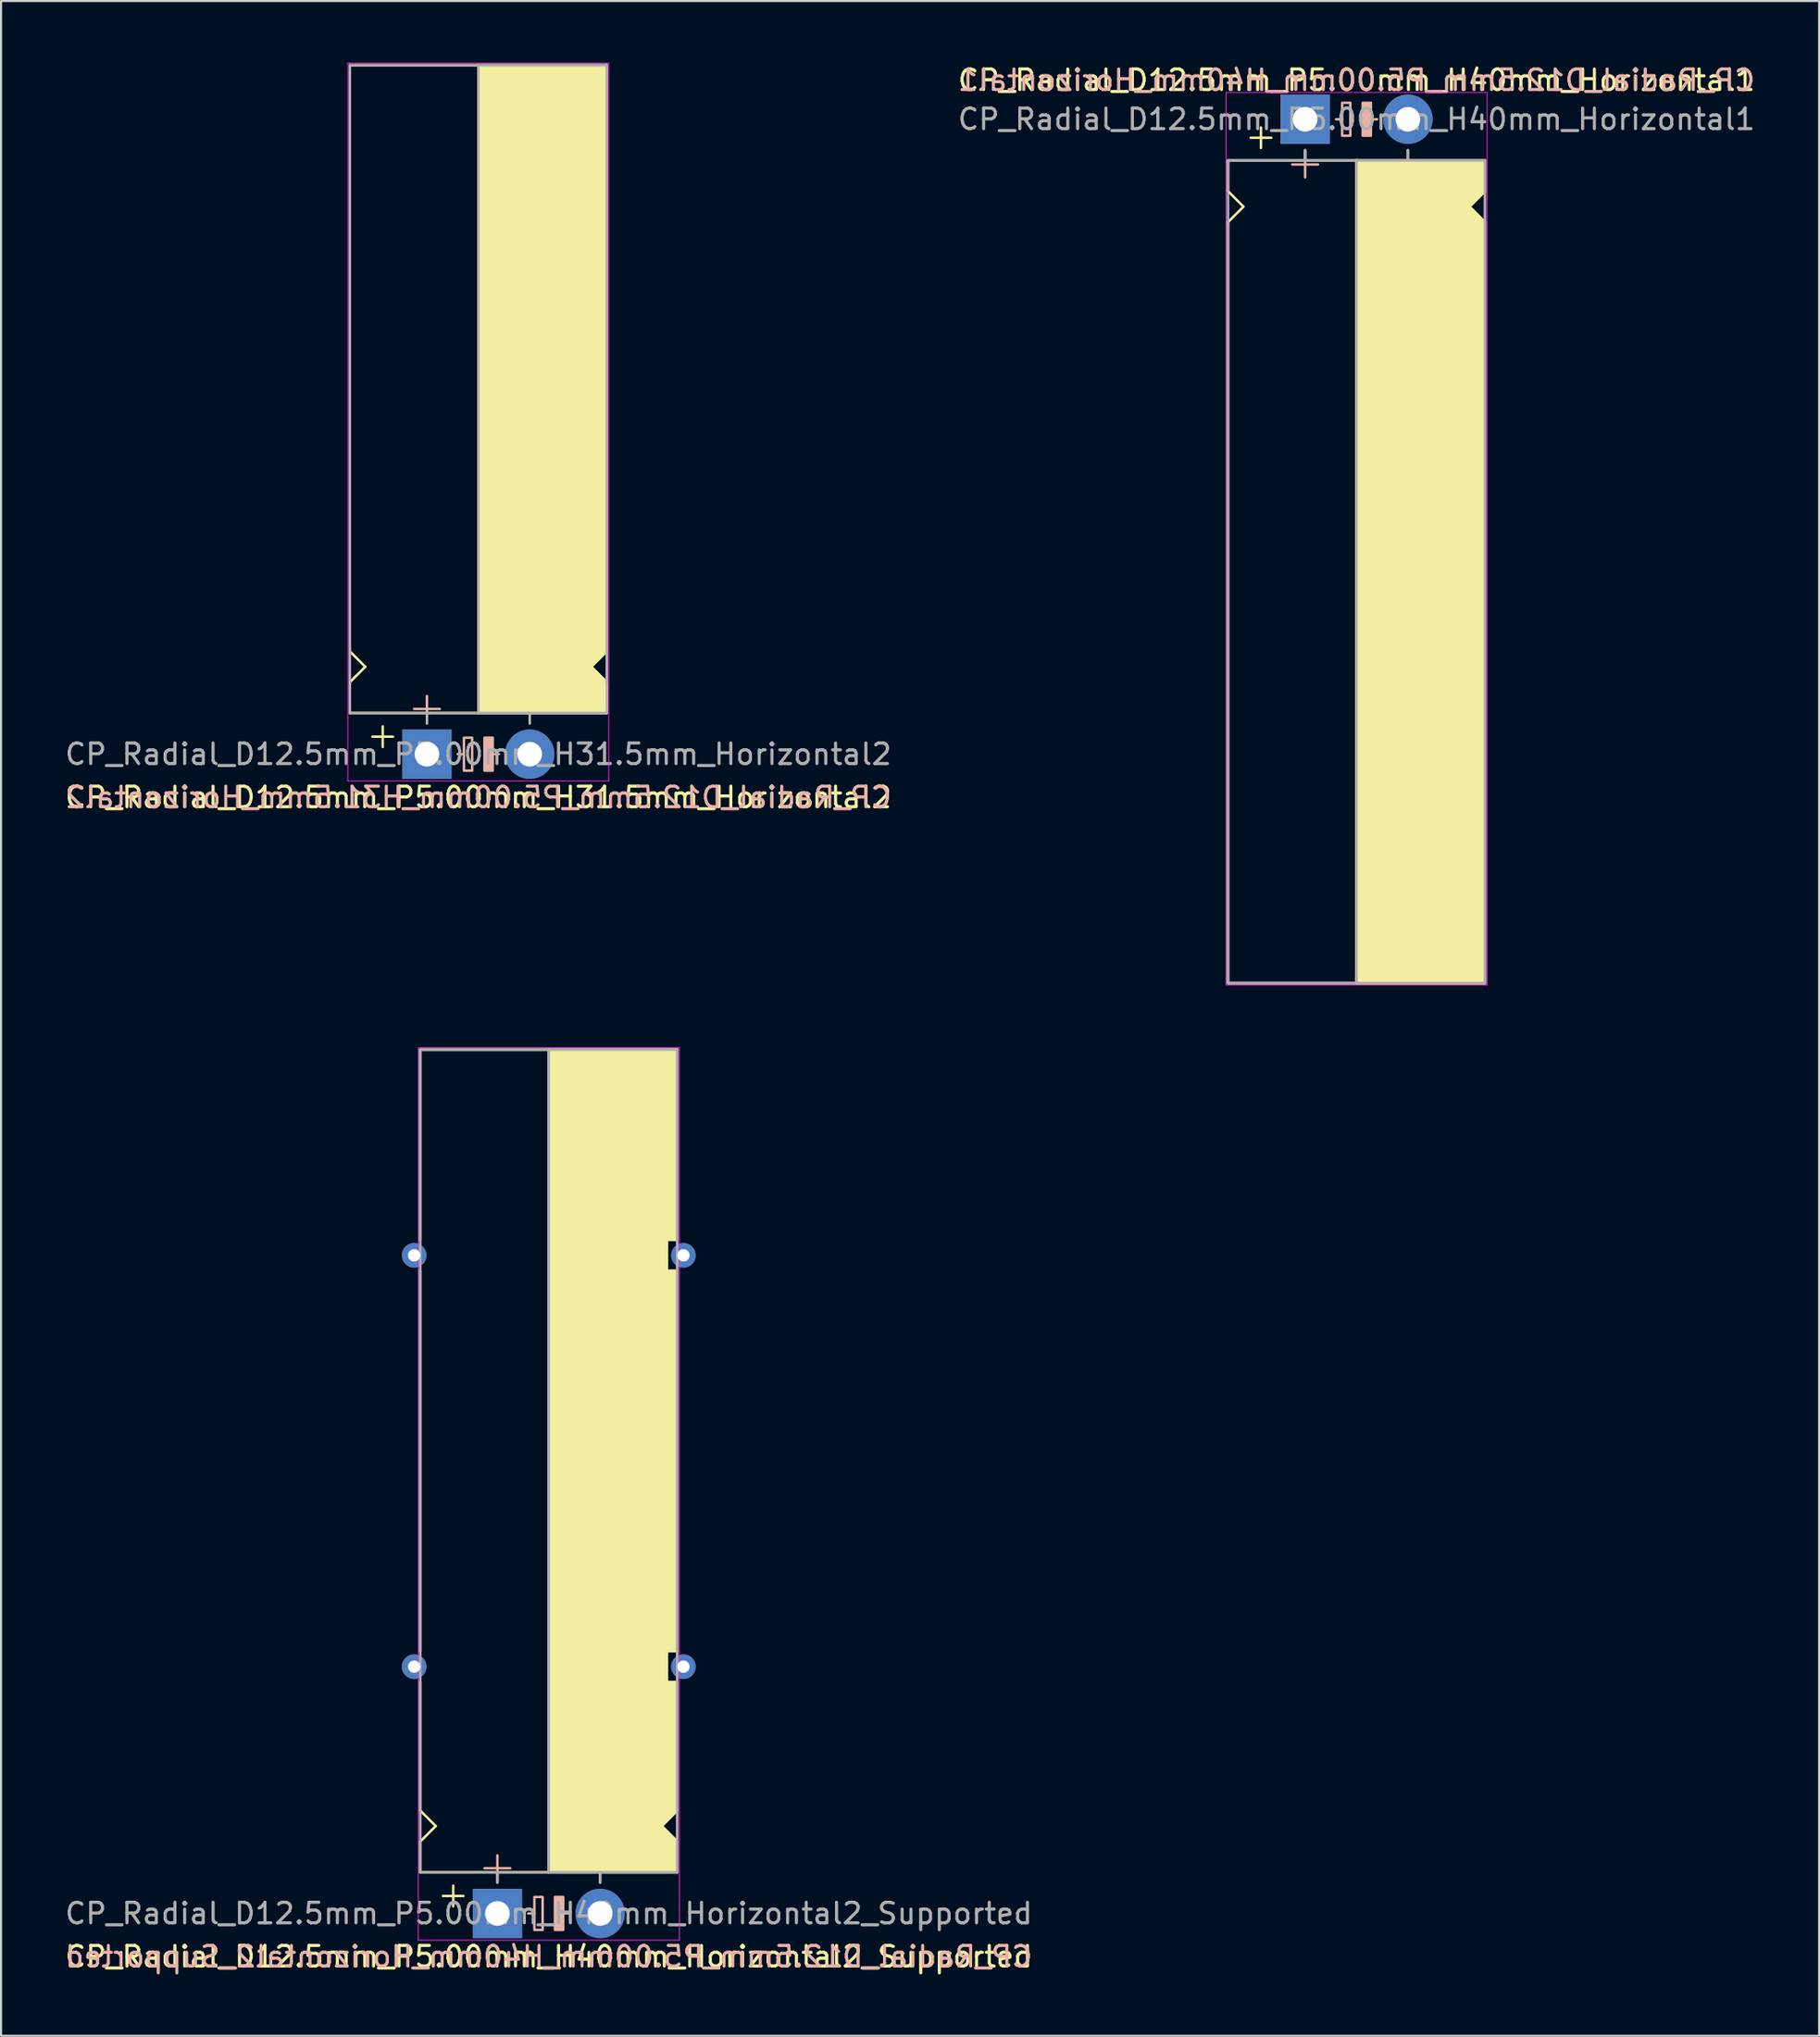
<source format=kicad_pcb>
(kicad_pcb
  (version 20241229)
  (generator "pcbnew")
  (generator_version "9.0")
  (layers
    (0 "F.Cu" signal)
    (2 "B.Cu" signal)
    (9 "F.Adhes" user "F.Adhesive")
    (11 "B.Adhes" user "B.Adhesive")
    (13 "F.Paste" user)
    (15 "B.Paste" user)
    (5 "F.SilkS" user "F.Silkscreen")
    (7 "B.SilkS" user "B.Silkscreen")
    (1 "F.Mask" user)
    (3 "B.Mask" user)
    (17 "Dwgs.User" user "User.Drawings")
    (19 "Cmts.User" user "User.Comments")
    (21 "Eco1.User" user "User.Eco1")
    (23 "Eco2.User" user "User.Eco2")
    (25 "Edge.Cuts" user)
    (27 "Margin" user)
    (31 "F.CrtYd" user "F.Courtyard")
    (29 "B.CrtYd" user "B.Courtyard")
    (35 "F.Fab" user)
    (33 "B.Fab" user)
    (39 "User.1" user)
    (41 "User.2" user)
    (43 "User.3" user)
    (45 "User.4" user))
  (footprint "CP_Radial_D12.5mm_P5.00mm_H40mm_Horizontal2_Supported"
    (layer "F.Cu")
    (at 21.149 89.988)
    (property "Reference" "CP_Radial_D12.5mm_P5.00mm_H40mm_Horizontal2_Supported" (at 2.5 2.1 180) (layer "F.SilkS") (effects (font (size 1 1) (thickness 0.15))))
    (fp_line (start -3.75 -42) (end -3.75 -32.75) (stroke (width 0.12) (type solid)) (layer "F.SilkS"))
    (fp_line (start -3.75 -12.75) (end -3.75 -31.25) (stroke (width 0.12) (type solid)) (layer "F.SilkS"))
    (fp_line (start -3.75 -5) (end -3.75 -11.25) (stroke (width 0.12) (type solid)) (layer "F.SilkS"))
    (fp_line (start -3.75 -3.5) (end -3 -4.25) (stroke (width 0.12) (type solid)) (layer "F.SilkS"))
    (fp_line (start -3.75 -2) (end -3.75 -3.5) (stroke (width 0.12) (type solid)) (layer "F.SilkS"))
    (fp_line (start -3 -4.25) (end -3.75 -5) (stroke (width 0.12) (type solid)) (layer "F.SilkS"))
    (fp_line (start -2.15 -1.35) (end -2.15 -0.35) (stroke (width 0.12) (type solid)) (layer "F.SilkS"))
    (fp_line (start -1.65 -0.85) (end -2.65 -0.85) (stroke (width 0.12) (type solid)) (layer "F.SilkS"))
    (fp_line (start 0 -1.5) (end 0 -2) (stroke (width 0.12) (type solid)) (layer "F.SilkS"))
    (fp_line (start 2.5 -2) (end -3.75 -2) (stroke (width 0.12) (type solid)) (layer "F.SilkS"))
    (fp_line (start 2.5 -2) (end 2.5 -42) (stroke (width 0.12) (type solid)) (layer "F.SilkS"))
    (fp_line (start 2.5 -2) (end 8.75 -2) (stroke (width 0.12) (type solid)) (layer "F.SilkS"))
    (fp_line (start 5 -1.5) (end 5 -2) (stroke (width 0.12) (type solid)) (layer "F.SilkS"))
    (fp_line (start 8 -4.25) (end 8.75 -5) (stroke (width 0.12) (type solid)) (layer "F.SilkS"))
    (fp_line (start 8.25 -32.75) (end 8.25 -31.25) (stroke (width 0.12) (type solid)) (layer "F.SilkS"))
    (fp_line (start 8.25 -31.25) (end 8.75 -31.25) (stroke (width 0.12) (type solid)) (layer "F.SilkS"))
    (fp_line (start 8.25 -12.75) (end 8.25 -11.25) (stroke (width 0.12) (type solid)) (layer "F.SilkS"))
    (fp_line (start 8.25 -11.25) (end 8.75 -11.25) (stroke (width 0.12) (type solid)) (layer "F.SilkS"))
    (fp_line (start 8.75 -42) (end -3.75 -42) (stroke (width 0.12) (type solid)) (layer "F.SilkS"))
    (fp_line (start 8.75 -42) (end 8.75 -32.75) (stroke (width 0.12) (type solid)) (layer "F.SilkS"))
    (fp_line (start 8.75 -32.75) (end 8.25 -32.75) (stroke (width 0.12) (type solid)) (layer "F.SilkS"))
    (fp_line (start 8.75 -12.75) (end 8.25 -12.75) (stroke (width 0.12) (type solid)) (layer "F.SilkS"))
    (fp_line (start 8.75 -12.75) (end 8.75 -31.25) (stroke (width 0.12) (type solid)) (layer "F.SilkS"))
    (fp_line (start 8.75 -5) (end 8.75 -11.25) (stroke (width 0.12) (type solid)) (layer "F.SilkS"))
    (fp_line (start 8.75 -3.5) (end 8 -4.25) (stroke (width 0.12) (type solid)) (layer "F.SilkS"))
    (fp_line (start 8.75 -2) (end 8.75 -3.5) (stroke (width 0.12) (type solid)) (layer "F.SilkS"))
    (fp_poly (pts (xy 8.75 -3.5) (xy 8 -4.25) (xy 8.75 -5) (xy 8.75 -11.25) (xy 8.25 -11.25) (xy 8.25 -12.75) (xy 8.75 -12.75) (xy 8.75 -31.25) (xy 8.25 -31.25) (xy 8.25 -32.75) (xy 8.75 -32.75) (xy 8.75 -42) (xy 2.5 -42) (xy 2.5 -2) (xy 8.75 -2)) (stroke (width 0.1) (type solid)) (fill yes) (layer "F.SilkS"))
    (fp_line (start 0 -2.825) (end 0 -1.575) (stroke (width 0.12) (type solid)) (layer "B.SilkS"))
    (fp_line (start 0.625 -2.2) (end -0.625 -2.2) (stroke (width 0.12) (type solid)) (layer "B.SilkS"))
    (fp_line (start 1.8 0) (end 1.5 0) (stroke (width 0.12) (type solid)) (layer "B.SilkS"))
    (fp_line (start 3.5 0) (end 3.2 0) (stroke (width 0.12) (type solid)) (layer "B.SilkS"))
    (fp_rect (start 2.2 -0.8) (end 1.8 0.8) (stroke (width 0.12) (type solid)) (fill no) (layer "B.SilkS"))
    (fp_rect (start 3.2 -0.8) (end 2.8 0.8) (stroke (width 0.12) (type solid)) (fill yes) (layer "B.SilkS"))
    (fp_line (start -3.85 -42.1) (end -3.85 1.3) (stroke (width 0.04) (type solid)) (layer "F.CrtYd"))
    (fp_line (start 8.85 -42.1) (end -3.85 -42.1) (stroke (width 0.04) (type solid)) (layer "F.CrtYd"))
    (fp_line (start 8.85 1.3) (end -3.85 1.3) (stroke (width 0.04) (type solid)) (layer "F.CrtYd"))
    (fp_line (start 8.85 1.3) (end 8.85 -42.1) (stroke (width 0.04) (type solid)) (layer "F.CrtYd"))
    (fp_line (start -3.75 -42) (end 8.75 -42) (stroke (width 0.12) (type solid)) (layer "F.Fab"))
    (fp_line (start -3.75 -2) (end -3.75 -42) (stroke (width 0.12) (type solid)) (layer "F.Fab"))
    (fp_line (start 0 -2) (end -3.75 -2) (stroke (width 0.12) (type solid)) (layer "F.Fab"))
    (fp_line (start 0 -1.5) (end 0 -2) (stroke (width 0.12) (type solid)) (layer "F.Fab"))
    (fp_line (start 2.5 -2) (end 2.5 -42) (stroke (width 0.12) (type solid)) (layer "F.Fab"))
    (fp_line (start 5 -2) (end 5 -1.5) (stroke (width 0.12) (type solid)) (layer "F.Fab"))
    (fp_line (start 8.75 -42) (end 8.75 -2) (stroke (width 0.12) (type solid)) (layer "F.Fab"))
    (fp_line (start 8.75 -2) (end 0 -2) (stroke (width 0.12) (type solid)) (layer "F.Fab"))
    (fp_poly (pts (xy 8.75 -42) (xy 2.5 -42) (xy 2.5 -2) (xy 8.75 -2)) (stroke (width 0.1) (type solid)) (fill no) (layer "F.Fab"))
    (fp_text user "${REFERENCE}" (at 2.5 2.1 0) (layer "B.SilkS") (effects (font (size 1 1) (thickness 0.15)) (justify mirror)))
    (fp_text user "${REFERENCE}" (at 2.5 0 0) (layer "F.Fab") (effects (font (size 1 1) (thickness 0.15))))
    (pad "1" thru_hole rect (at 0 0) (size 2.4 2.4) (drill 1.2) (layers "*.Cu" "*.Mask"))
    (pad "2" thru_hole circle (at 5 0) (size 2.4 2.4) (drill 1.2) (layers "*.Cu" "*.Mask"))
    (pad "~" thru_hole circle (at -4.05 -32 180) (size 1.2 1.2) (drill 0.6) (layers "*.Cu" "*.Mask"))
    (pad "~" thru_hole circle (at -4.05 -12 180) (size 1.2 1.2) (drill 0.6) (layers "*.Cu" "*.Mask"))
    (pad "~" thru_hole circle (at 9.05 -32 180) (size 1.2 1.2) (drill 0.6) (layers "*.Cu" "*.Mask"))
    (pad "~" thru_hole circle (at 9.05 -12 180) (size 1.2 1.2) (drill 0.6) (layers "*.Cu" "*.Mask")))
  (footprint "CP_Radial_D12.5mm_P5.00mm_H40mm_Horizontal1"
    (layer "F.Cu")
    (at 60.446 2.748)
    (property "Reference" "CP_Radial_D12.5mm_P5.00mm_H40mm_Horizontal1" (at 2.5 -1.9 180) (layer "F.SilkS") (effects (font (size 1 1) (thickness 0.15))))
    (fp_line (start -3.75 2) (end -3.75 3.5) (stroke (width 0.12) (type solid)) (layer "F.SilkS"))
    (fp_line (start -3.75 3.5) (end -3 4.25) (stroke (width 0.12) (type solid)) (layer "F.SilkS"))
    (fp_line (start -3.75 5) (end -3.75 42) (stroke (width 0.12) (type solid)) (layer "F.SilkS"))
    (fp_line (start -3 4.25) (end -3.75 5) (stroke (width 0.12) (type solid)) (layer "F.SilkS"))
    (fp_line (start -2.15 0.4) (end -2.15 1.4) (stroke (width 0.12) (type solid)) (layer "F.SilkS"))
    (fp_line (start -1.65 0.9) (end -2.65 0.9) (stroke (width 0.12) (type solid)) (layer "F.SilkS"))
    (fp_line (start 0 1.5) (end 0 2) (stroke (width 0.12) (type solid)) (layer "F.SilkS"))
    (fp_line (start 2.5 2) (end -3.75 2) (stroke (width 0.12) (type solid)) (layer "F.SilkS"))
    (fp_line (start 2.5 2) (end 2.5 42) (stroke (width 0.12) (type solid)) (layer "F.SilkS"))
    (fp_line (start 2.5 2) (end 8.75 2) (stroke (width 0.12) (type solid)) (layer "F.SilkS"))
    (fp_line (start 5 1.5) (end 5 2) (stroke (width 0.12) (type solid)) (layer "F.SilkS"))
    (fp_line (start 8 4.25) (end 8.75 5) (stroke (width 0.12) (type solid)) (layer "F.SilkS"))
    (fp_line (start 8.75 2) (end 8.75 3.5) (stroke (width 0.12) (type solid)) (layer "F.SilkS"))
    (fp_line (start 8.75 3.5) (end 8 4.25) (stroke (width 0.12) (type solid)) (layer "F.SilkS"))
    (fp_line (start 8.75 5) (end 8.75 42) (stroke (width 0.12) (type solid)) (layer "F.SilkS"))
    (fp_line (start 8.75 42) (end -3.75 42) (stroke (width 0.12) (type solid)) (layer "F.SilkS"))
    (fp_poly (pts (xy 8.75 3.5) (xy 8 4.25) (xy 8.75 5) (xy 8.75 42) (xy 2.5 42) (xy 2.5 2) (xy 8.75 2)) (stroke (width 0.1) (type solid)) (fill yes) (layer "F.SilkS"))
    (fp_line (start 0 1.575) (end 0 2.825) (stroke (width 0.12) (type solid)) (layer "B.SilkS"))
    (fp_line (start 0.625 2.2) (end -0.625 2.2) (stroke (width 0.12) (type solid)) (layer "B.SilkS"))
    (fp_line (start 1.8 0) (end 1.5 0) (stroke (width 0.12) (type solid)) (layer "B.SilkS"))
    (fp_line (start 3.5 0) (end 3.2 0) (stroke (width 0.12) (type solid)) (layer "B.SilkS"))
    (fp_rect (start 2.2 -0.8) (end 1.8 0.8) (stroke (width 0.12) (type solid)) (fill no) (layer "B.SilkS"))
    (fp_rect (start 3.2 -0.8) (end 2.8 0.8) (stroke (width 0.12) (type solid)) (fill yes) (layer "B.SilkS"))
    (fp_line (start -3.85 -1.3) (end 8.85 -1.3) (stroke (width 0.04) (type solid)) (layer "F.CrtYd"))
    (fp_line (start -3.85 42.1) (end -3.85 -1.3) (stroke (width 0.04) (type solid)) (layer "F.CrtYd"))
    (fp_line (start 8.85 -1.3) (end 8.85 42.1) (stroke (width 0.04) (type solid)) (layer "F.CrtYd"))
    (fp_line (start 8.85 42.1) (end -3.85 42.1) (stroke (width 0.04) (type solid)) (layer "F.CrtYd"))
    (fp_line (start -3.75 2) (end -3.75 42) (stroke (width 0.12) (type solid)) (layer "F.Fab"))
    (fp_line (start -3.75 42) (end 8.75 42) (stroke (width 0.12) (type solid)) (layer "F.Fab"))
    (fp_line (start 0 1.5) (end 0 2) (stroke (width 0.12) (type solid)) (layer "F.Fab"))
    (fp_line (start 0 2) (end -3.75 2) (stroke (width 0.12) (type solid)) (layer "F.Fab"))
    (fp_line (start 2.5 2) (end 2.5 42) (stroke (width 0.12) (type solid)) (layer "F.Fab"))
    (fp_line (start 5 2) (end 5 1.5) (stroke (width 0.12) (type solid)) (layer "F.Fab"))
    (fp_line (start 8.75 2) (end 0 2) (stroke (width 0.12) (type solid)) (layer "F.Fab"))
    (fp_line (start 8.75 42) (end 8.75 2) (stroke (width 0.12) (type solid)) (layer "F.Fab"))
    (fp_poly (pts (xy 8.75 42) (xy 2.5 42) (xy 2.5 2) (xy 8.75 2)) (stroke (width 0.1) (type solid)) (fill no) (layer "F.Fab"))
    (fp_text user "${REFERENCE}" (at 2.5 -1.9 0) (layer "B.SilkS") (effects (font (size 1 1) (thickness 0.15)) (justify mirror)))
    (fp_text user "${REFERENCE}" (at 2.5 0 0) (layer "F.Fab") (effects (font (size 1 1) (thickness 0.15))))
    (pad "1" thru_hole rect (at 0 0) (size 2.4 2.4) (drill 1.2) (layers "*.Cu" "*.Mask"))
    (pad "2" thru_hole circle (at 5 0) (size 2.4 2.4) (drill 1.2) (layers "*.Cu" "*.Mask")))
  (footprint "CP_Radial_D12.5mm_P5.00mm_H31.5mm_Horizontal2"
    (layer "F.Cu")
    (at 17.72 33.62)
    (property "Reference" "CP_Radial_D12.5mm_P5.00mm_H31.5mm_Horizontal2" (at 2.5 2.1 180) (layer "F.SilkS") (effects (font (size 1 1) (thickness 0.15))))
    (fp_line (start -3.75 -5) (end -3.75 -33.5) (stroke (width 0.12) (type solid)) (layer "F.SilkS"))
    (fp_line (start -3.75 -3.5) (end -3 -4.25) (stroke (width 0.12) (type solid)) (layer "F.SilkS"))
    (fp_line (start -3.75 -2) (end -3.75 -3.5) (stroke (width 0.12) (type solid)) (layer "F.SilkS"))
    (fp_line (start -3 -4.25) (end -3.75 -5) (stroke (width 0.12) (type solid)) (layer "F.SilkS"))
    (fp_line (start -2.15 -1.35) (end -2.15 -0.35) (stroke (width 0.12) (type solid)) (layer "F.SilkS"))
    (fp_line (start -1.65 -0.85) (end -2.65 -0.85) (stroke (width 0.12) (type solid)) (layer "F.SilkS"))
    (fp_line (start 0 -1.5) (end 0 -2) (stroke (width 0.12) (type solid)) (layer "F.SilkS"))
    (fp_line (start 2.5 -2) (end -3.75 -2) (stroke (width 0.12) (type solid)) (layer "F.SilkS"))
    (fp_line (start 2.5 -2) (end 2.5 -33.5) (stroke (width 0.12) (type solid)) (layer "F.SilkS"))
    (fp_line (start 2.5 -2) (end 8.75 -2) (stroke (width 0.12) (type solid)) (layer "F.SilkS"))
    (fp_line (start 5 -1.5) (end 5 -2) (stroke (width 0.12) (type solid)) (layer "F.SilkS"))
    (fp_line (start 8 -4.25) (end 8.75 -5) (stroke (width 0.12) (type solid)) (layer "F.SilkS"))
    (fp_line (start 8.75 -33.5) (end -3.75 -33.5) (stroke (width 0.12) (type solid)) (layer "F.SilkS"))
    (fp_line (start 8.75 -5) (end 8.75 -33.5) (stroke (width 0.12) (type solid)) (layer "F.SilkS"))
    (fp_line (start 8.75 -3.5) (end 8 -4.25) (stroke (width 0.12) (type solid)) (layer "F.SilkS"))
    (fp_line (start 8.75 -2) (end 8.75 -3.5) (stroke (width 0.12) (type solid)) (layer "F.SilkS"))
    (fp_poly (pts (xy 8.75 -3.5) (xy 8 -4.25) (xy 8.75 -5) (xy 8.75 -33.5) (xy 2.5 -33.5) (xy 2.5 -2) (xy 8.75 -2)) (stroke (width 0.1) (type solid)) (fill yes) (layer "F.SilkS"))
    (fp_line (start 0 -2.825) (end 0 -1.575) (stroke (width 0.12) (type solid)) (layer "B.SilkS"))
    (fp_line (start 0.625 -2.2) (end -0.625 -2.2) (stroke (width 0.12) (type solid)) (layer "B.SilkS"))
    (fp_line (start 1.8 0) (end 1.5 0) (stroke (width 0.12) (type solid)) (layer "B.SilkS"))
    (fp_line (start 3.5 0) (end 3.2 0) (stroke (width 0.12) (type solid)) (layer "B.SilkS"))
    (fp_rect (start 2.2 -0.8) (end 1.8 0.8) (stroke (width 0.12) (type solid)) (fill no) (layer "B.SilkS"))
    (fp_rect (start 3.2 -0.8) (end 2.8 0.8) (stroke (width 0.12) (type solid)) (fill yes) (layer "B.SilkS"))
    (fp_line (start -3.85 -33.6) (end -3.85 1.3) (stroke (width 0.04) (type solid)) (layer "F.CrtYd"))
    (fp_line (start 8.85 -33.6) (end -3.85 -33.6) (stroke (width 0.04) (type solid)) (layer "F.CrtYd"))
    (fp_line (start 8.85 1.3) (end -3.85 1.3) (stroke (width 0.04) (type solid)) (layer "F.CrtYd"))
    (fp_line (start 8.85 1.3) (end 8.85 -33.6) (stroke (width 0.04) (type solid)) (layer "F.CrtYd"))
    (fp_line (start -3.75 -33.5) (end 8.75 -33.5) (stroke (width 0.12) (type solid)) (layer "F.Fab"))
    (fp_line (start -3.75 -2) (end -3.75 -33.5) (stroke (width 0.12) (type solid)) (layer "F.Fab"))
    (fp_line (start 0 -2) (end -3.75 -2) (stroke (width 0.12) (type solid)) (layer "F.Fab"))
    (fp_line (start 0 -1.5) (end 0 -2) (stroke (width 0.12) (type solid)) (layer "F.Fab"))
    (fp_line (start 2.5 -2) (end 2.5 -33.5) (stroke (width 0.12) (type solid)) (layer "F.Fab"))
    (fp_line (start 5 -2) (end 5 -1.5) (stroke (width 0.12) (type solid)) (layer "F.Fab"))
    (fp_line (start 8.75 -33.5) (end 8.75 -3.5) (stroke (width 0.12) (type solid)) (layer "F.Fab"))
    (fp_line (start 8.75 -2) (end 0 -2) (stroke (width 0.12) (type solid)) (layer "F.Fab"))
    (fp_poly (pts (xy 8.75 -33.5) (xy 2.5 -33.5) (xy 2.5 -2) (xy 8.75 -2)) (stroke (width 0.1) (type solid)) (fill no) (layer "F.Fab"))
    (fp_text user "${REFERENCE}" (at 2.5 2.1 0) (layer "B.SilkS") (effects (font (size 1 1) (thickness 0.15)) (justify mirror)))
    (fp_text user "${REFERENCE}" (at 2.5 0 0) (layer "F.Fab") (effects (font (size 1 1) (thickness 0.15))))
    (pad "1" thru_hole rect (at 0 0) (size 2.4 2.4) (drill 1.2) (layers "*.Cu" "*.Mask"))
    (pad "2" thru_hole circle (at 5 0) (size 2.4 2.4) (drill 1.2) (layers "*.Cu" "*.Mask")))
  (gr_rect
    (start -3 -3)
    (end 85.452 95.936)
    (stroke (width 0.1) (type default))
    (fill no)
    (layer "Edge.Cuts")))
</source>
